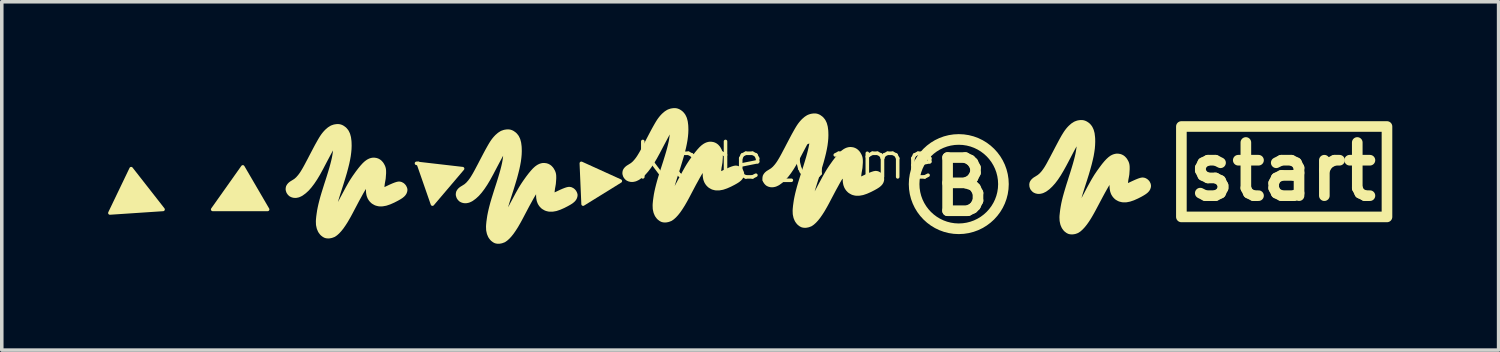
<source format=kicad_pcb>
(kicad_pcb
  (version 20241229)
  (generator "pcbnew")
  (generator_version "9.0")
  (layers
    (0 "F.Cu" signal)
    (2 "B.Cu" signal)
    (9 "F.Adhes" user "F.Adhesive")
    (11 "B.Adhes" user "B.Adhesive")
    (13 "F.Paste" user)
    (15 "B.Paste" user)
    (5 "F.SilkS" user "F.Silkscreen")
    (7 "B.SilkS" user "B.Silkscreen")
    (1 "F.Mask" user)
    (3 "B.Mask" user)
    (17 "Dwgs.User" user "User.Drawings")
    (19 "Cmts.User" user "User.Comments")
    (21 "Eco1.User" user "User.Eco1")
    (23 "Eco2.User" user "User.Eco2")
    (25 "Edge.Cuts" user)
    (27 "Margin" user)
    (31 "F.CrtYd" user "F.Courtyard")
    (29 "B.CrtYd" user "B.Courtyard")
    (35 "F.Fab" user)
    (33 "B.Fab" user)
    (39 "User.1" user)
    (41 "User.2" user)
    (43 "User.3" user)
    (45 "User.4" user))
  (footprint "Kode_Game"
    (layer "F.Cu")
    (at 19.108 1.983)
    (property "Reference" "Kode_Game" (at 0 -0.5 0) (unlocked yes) (layer "F.SilkS") (effects (font (size 1 1) (thickness 0.1))))
    (attr smd)
    (fp_rect (start 11.17 -1.464) (end 16.97 1.086) (stroke (width 0.3) (type solid)) (fill no) (layer "F.SilkS"))
    (fp_circle (center 4.89 0.161) (end 5.82 1.011) (stroke (width 0.3) (type solid)) (fill no) (layer "F.SilkS"))
    (fp_poly (pts (xy -19.058 0.975) (xy -17.558 0.875) (xy -18.458 -0.275)) (stroke (width 0.1) (type solid)) (fill yes) (layer "F.SilkS"))
    (fp_poly (pts (xy -16.158 0.875) (xy -14.608 0.875) (xy -15.308 -0.325)) (stroke (width 0.1) (type solid)) (fill yes) (layer "F.SilkS"))
    (fp_poly (pts (xy -5.758 -0.425) (xy -5.708 0.725) (xy -4.658 0.075)) (stroke (width 0.1) (type solid)) (fill yes) (layer "F.SilkS"))
    (fp_poly (pts (xy -10.408 -0.425) (xy -9.108 -0.275) (xy -9.958 0.725) (xy -10.358 -0.425)) (stroke (width 0.1) (type solid)) (fill yes) (layer "F.SilkS"))
    (fp_poly (pts (xy -12.587 -1.378) (xy -12.557 -1.366) (xy -12.545 -1.359) (xy -12.495 -1.323) (xy -12.455 -1.274) (xy -12.425 -1.212) (xy -12.404 -1.134) (xy -12.392 -1.041) (xy -12.39 -1.002) (xy -12.388 -0.919) (xy -12.391 -0.834) (xy -12.399 -0.746) (xy -12.411 -0.652) (xy -12.429 -0.552) (xy -12.452 -0.443) (xy -12.482 -0.323) (xy -12.517 -0.192) (xy -12.56 -0.048) (xy -12.609 0.112) (xy -12.651 0.243) (xy -12.694 0.377) (xy -12.731 0.495) (xy -12.762 0.6) (xy -12.788 0.694) (xy -12.81 0.78) (xy -12.829 0.86) (xy -12.844 0.937) (xy -12.857 1.012) (xy -12.861 1.038) (xy -12.868 1.097) (xy -12.873 1.156) (xy -12.875 1.211) (xy -12.874 1.257) (xy -12.869 1.289) (xy -12.867 1.297) (xy -12.861 1.307) (xy -12.853 1.306) (xy -12.838 1.292) (xy -12.829 1.282) (xy -12.799 1.248) (xy -12.767 1.205) (xy -12.73 1.152) (xy -12.689 1.087) (xy -12.644 1.01) (xy -12.592 0.92) (xy -12.534 0.814) (xy -12.469 0.693) (xy -12.422 0.604) (xy -12.364 0.496) (xy -12.314 0.403) (xy -12.271 0.323) (xy -12.232 0.254) (xy -12.198 0.194) (xy -12.166 0.141) (xy -12.135 0.092) (xy -12.104 0.045) (xy -12.073 -0.001) (xy -12.067 -0.009) (xy -11.994 -0.112) (xy -11.928 -0.198) (xy -11.869 -0.269) (xy -11.817 -0.326) (xy -11.769 -0.37) (xy -11.724 -0.402) (xy -11.682 -0.423) (xy -11.642 -0.434) (xy -11.612 -0.436) (xy -11.557 -0.428) (xy -11.509 -0.402) (xy -11.469 -0.359) (xy -11.438 -0.304) (xy -11.428 -0.279) (xy -11.421 -0.254) (xy -11.417 -0.224) (xy -11.416 -0.184) (xy -11.416 -0.148) (xy -11.426 -0.013) (xy -11.439 0.062) (xy -11.45 0.123) (xy -11.458 0.186) (xy -11.464 0.248) (xy -11.467 0.305) (xy -11.466 0.353) (xy -11.462 0.389) (xy -11.457 0.404) (xy -11.446 0.419) (xy -11.43 0.426) (xy -11.403 0.428) (xy -11.395 0.428) (xy -11.374 0.427) (xy -11.35 0.422) (xy -11.321 0.412) (xy -11.284 0.397) (xy -11.235 0.374) (xy -11.19 0.353) (xy -11.102 0.311) (xy -11.029 0.279) (xy -10.972 0.257) (xy -10.928 0.243) (xy -10.898 0.238) (xy -10.895 0.238) (xy -10.869 0.246) (xy -10.843 0.267) (xy -10.823 0.294) (xy -10.815 0.321) (xy -10.814 0.321) (xy -10.819 0.348) (xy -10.832 0.374) (xy -10.856 0.401) (xy -10.892 0.431) (xy -10.942 0.463) (xy -11.008 0.5) (xy -11.09 0.542) (xy -11.095 0.545) (xy -11.201 0.592) (xy -11.295 0.624) (xy -11.379 0.639) (xy -11.454 0.639) (xy -11.519 0.623) (xy -11.575 0.591) (xy -11.587 0.582) (xy -11.623 0.545) (xy -11.651 0.501) (xy -11.671 0.448) (xy -11.682 0.386) (xy -11.685 0.313) (xy -11.681 0.227) (xy -11.669 0.125) (xy -11.649 0.009) (xy -11.637 -0.064) (xy -11.63 -0.121) (xy -11.628 -0.161) (xy -11.631 -0.186) (xy -11.64 -0.198) (xy -11.642 -0.199) (xy -11.652 -0.193) (xy -11.672 -0.174) (xy -11.699 -0.143) (xy -11.733 -0.104) (xy -11.77 -0.058) (xy -11.809 -0.007) (xy -11.847 0.045) (xy -11.867 0.072) (xy -11.906 0.13) (xy -11.948 0.194) (xy -11.993 0.268) (xy -12.042 0.352) (xy -12.095 0.449) (xy -12.156 0.559) (xy -12.223 0.686) (xy -12.226 0.692) (xy -12.278 0.79) (xy -12.321 0.872) (xy -12.358 0.942) (xy -12.39 1.001) (xy -12.418 1.051) (xy -12.443 1.094) (xy -12.466 1.134) (xy -12.489 1.172) (xy -12.513 1.209) (xy -12.539 1.249) (xy -12.542 1.253) (xy -12.592 1.325) (xy -12.644 1.39) (xy -12.695 1.445) (xy -12.743 1.488) (xy -12.785 1.517) (xy -12.787 1.517) (xy -12.835 1.535) (xy -12.885 1.544) (xy -12.93 1.542) (xy -12.959 1.532) (xy -13.009 1.494) (xy -13.049 1.441) (xy -13.077 1.375) (xy -13.094 1.297) (xy -13.097 1.209) (xy -13.095 1.171) (xy -13.087 1.088) (xy -13.076 1.008) (xy -13.064 0.928) (xy -13.048 0.846) (xy -13.029 0.76) (xy -13.006 0.668) (xy -12.979 0.567) (xy -12.946 0.455) (xy -12.907 0.33) (xy -12.863 0.19) (xy -12.85 0.15) (xy -12.801 -0.002) (xy -12.759 -0.138) (xy -12.723 -0.259) (xy -12.693 -0.368) (xy -12.668 -0.466) (xy -12.648 -0.554) (xy -12.633 -0.635) (xy -12.622 -0.711) (xy -12.614 -0.783) (xy -12.609 -0.854) (xy -12.608 -0.925) (xy -12.608 -0.926) (xy -12.608 -0.987) (xy -12.608 -1.031) (xy -12.61 -1.063) (xy -12.613 -1.084) (xy -12.617 -1.099) (xy -12.624 -1.111) (xy -12.628 -1.117) (xy -12.651 -1.14) (xy -12.674 -1.147) (xy -12.701 -1.136) (xy -12.733 -1.109) (xy -12.758 -1.08) (xy -12.787 -1.041) (xy -12.819 -0.992) (xy -12.857 -0.93) (xy -12.9 -0.854) (xy -12.949 -0.763) (xy -12.988 -0.69) (xy -13.025 -0.62) (xy -13.066 -0.543) (xy -13.107 -0.465) (xy -13.145 -0.393) (xy -13.177 -0.331) (xy -13.179 -0.328) (xy -13.26 -0.18) (xy -13.338 -0.05) (xy -13.413 0.062) (xy -13.486 0.158) (xy -13.557 0.239) (xy -13.628 0.304) (xy -13.699 0.356) (xy -13.711 0.364) (xy -13.766 0.39) (xy -13.818 0.401) (xy -13.865 0.398) (xy -13.905 0.381) (xy -13.934 0.351) (xy -13.939 0.34) (xy -13.95 0.305) (xy -13.947 0.274) (xy -13.928 0.244) (xy -13.894 0.215) (xy -13.845 0.185) (xy -13.767 0.136) (xy -13.698 0.076) (xy -13.632 0.001) (xy -13.62 -0.015) (xy -13.595 -0.048) (xy -13.571 -0.082) (xy -13.547 -0.119) (xy -13.522 -0.16) (xy -13.494 -0.207) (xy -13.463 -0.262) (xy -13.427 -0.328) (xy -13.386 -0.406) (xy -13.337 -0.498) (xy -13.3 -0.57) (xy -13.238 -0.688) (xy -13.184 -0.791) (xy -13.137 -0.879) (xy -13.095 -0.954) (xy -13.059 -1.018) (xy -13.027 -1.072) (xy -12.998 -1.118) (xy -12.971 -1.157) (xy -12.945 -1.191) (xy -12.92 -1.221) (xy -12.894 -1.249) (xy -12.877 -1.267) (xy -12.818 -1.318) (xy -12.762 -1.354) (xy -12.705 -1.374) (xy -12.654 -1.382) (xy -12.616 -1.383)) (stroke (width 0.3) (type solid)) (fill yes) (layer "F.SilkS"))
    (fp_poly (pts (xy -7.787 -1.228) (xy -7.757 -1.216) (xy -7.745 -1.209) (xy -7.695 -1.173) (xy -7.655 -1.124) (xy -7.625 -1.062) (xy -7.604 -0.984) (xy -7.592 -0.891) (xy -7.59 -0.852) (xy -7.588 -0.769) (xy -7.591 -0.684) (xy -7.599 -0.596) (xy -7.611 -0.502) (xy -7.629 -0.402) (xy -7.652 -0.293) (xy -7.682 -0.173) (xy -7.717 -0.042) (xy -7.76 0.102) (xy -7.809 0.262) (xy -7.851 0.393) (xy -7.894 0.527) (xy -7.931 0.645) (xy -7.962 0.75) (xy -7.988 0.844) (xy -8.01 0.93) (xy -8.029 1.01) (xy -8.044 1.087) (xy -8.057 1.162) (xy -8.061 1.188) (xy -8.068 1.247) (xy -8.073 1.306) (xy -8.075 1.361) (xy -8.074 1.407) (xy -8.069 1.439) (xy -8.067 1.447) (xy -8.061 1.457) (xy -8.053 1.456) (xy -8.038 1.442) (xy -8.029 1.432) (xy -7.999 1.398) (xy -7.967 1.355) (xy -7.93 1.302) (xy -7.889 1.237) (xy -7.844 1.16) (xy -7.792 1.07) (xy -7.734 0.964) (xy -7.669 0.843) (xy -7.622 0.754) (xy -7.564 0.646) (xy -7.514 0.553) (xy -7.471 0.473) (xy -7.432 0.404) (xy -7.398 0.344) (xy -7.366 0.291) (xy -7.335 0.242) (xy -7.304 0.195) (xy -7.273 0.149) (xy -7.267 0.141) (xy -7.194 0.038) (xy -7.128 -0.048) (xy -7.069 -0.119) (xy -7.017 -0.176) (xy -6.969 -0.22) (xy -6.924 -0.252) (xy -6.882 -0.273) (xy -6.842 -0.284) (xy -6.812 -0.286) (xy -6.757 -0.278) (xy -6.709 -0.252) (xy -6.669 -0.209) (xy -6.638 -0.154) (xy -6.628 -0.129) (xy -6.621 -0.104) (xy -6.617 -0.074) (xy -6.616 -0.034) (xy -6.616 0.002) (xy -6.626 0.137) (xy -6.639 0.212) (xy -6.65 0.273) (xy -6.658 0.336) (xy -6.664 0.398) (xy -6.667 0.455) (xy -6.666 0.503) (xy -6.662 0.539) (xy -6.657 0.554) (xy -6.646 0.569) (xy -6.63 0.576) (xy -6.603 0.578) (xy -6.595 0.578) (xy -6.574 0.577) (xy -6.55 0.572) (xy -6.521 0.562) (xy -6.484 0.547) (xy -6.435 0.524) (xy -6.39 0.503) (xy -6.302 0.461) (xy -6.229 0.429) (xy -6.172 0.407) (xy -6.128 0.393) (xy -6.098 0.388) (xy -6.095 0.388) (xy -6.069 0.396) (xy -6.043 0.417) (xy -6.023 0.444) (xy -6.015 0.471) (xy -6.014 0.471) (xy -6.019 0.498) (xy -6.032 0.524) (xy -6.056 0.551) (xy -6.092 0.581) (xy -6.142 0.613) (xy -6.208 0.65) (xy -6.29 0.692) (xy -6.295 0.695) (xy -6.401 0.742) (xy -6.495 0.774) (xy -6.579 0.789) (xy -6.654 0.789) (xy -6.719 0.773) (xy -6.775 0.741) (xy -6.787 0.732) (xy -6.823 0.695) (xy -6.851 0.651) (xy -6.871 0.598) (xy -6.882 0.536) (xy -6.885 0.463) (xy -6.881 0.377) (xy -6.869 0.275) (xy -6.849 0.159) (xy -6.837 0.086) (xy -6.83 0.029) (xy -6.828 -0.011) (xy -6.831 -0.036) (xy -6.84 -0.048) (xy -6.842 -0.049) (xy -6.852 -0.043) (xy -6.872 -0.024) (xy -6.899 0.007) (xy -6.933 0.046) (xy -6.97 0.092) (xy -7.009 0.143) (xy -7.047 0.195) (xy -7.067 0.222) (xy -7.106 0.28) (xy -7.148 0.344) (xy -7.193 0.418) (xy -7.242 0.502) (xy -7.295 0.599) (xy -7.356 0.709) (xy -7.423 0.836) (xy -7.426 0.842) (xy -7.478 0.94) (xy -7.521 1.022) (xy -7.558 1.092) (xy -7.59 1.151) (xy -7.618 1.201) (xy -7.643 1.244) (xy -7.666 1.284) (xy -7.689 1.322) (xy -7.713 1.359) (xy -7.739 1.399) (xy -7.742 1.403) (xy -7.792 1.475) (xy -7.844 1.54) (xy -7.895 1.595) (xy -7.943 1.638) (xy -7.985 1.667) (xy -7.987 1.667) (xy -8.035 1.685) (xy -8.085 1.694) (xy -8.13 1.692) (xy -8.159 1.682) (xy -8.209 1.644) (xy -8.249 1.591) (xy -8.277 1.525) (xy -8.294 1.447) (xy -8.297 1.359) (xy -8.295 1.321) (xy -8.287 1.238) (xy -8.276 1.158) (xy -8.264 1.078) (xy -8.248 0.996) (xy -8.229 0.91) (xy -8.206 0.818) (xy -8.179 0.717) (xy -8.146 0.605) (xy -8.107 0.48) (xy -8.063 0.34) (xy -8.05 0.3) (xy -8.001 0.148) (xy -7.959 0.012) (xy -7.923 -0.109) (xy -7.893 -0.218) (xy -7.868 -0.316) (xy -7.848 -0.404) (xy -7.833 -0.485) (xy -7.822 -0.561) (xy -7.814 -0.633) (xy -7.809 -0.704) (xy -7.808 -0.775) (xy -7.808 -0.776) (xy -7.808 -0.837) (xy -7.808 -0.881) (xy -7.81 -0.913) (xy -7.813 -0.934) (xy -7.817 -0.949) (xy -7.824 -0.961) (xy -7.828 -0.967) (xy -7.851 -0.99) (xy -7.874 -0.997) (xy -7.901 -0.986) (xy -7.933 -0.959) (xy -7.958 -0.93) (xy -7.987 -0.891) (xy -8.019 -0.842) (xy -8.057 -0.78) (xy -8.1 -0.704) (xy -8.149 -0.613) (xy -8.188 -0.54) (xy -8.225 -0.47) (xy -8.266 -0.393) (xy -8.307 -0.315) (xy -8.345 -0.243) (xy -8.377 -0.181) (xy -8.379 -0.178) (xy -8.46 -0.03) (xy -8.538 0.1) (xy -8.613 0.212) (xy -8.686 0.308) (xy -8.757 0.389) (xy -8.828 0.454) (xy -8.899 0.506) (xy -8.911 0.514) (xy -8.966 0.54) (xy -9.018 0.551) (xy -9.065 0.548) (xy -9.105 0.531) (xy -9.134 0.501) (xy -9.139 0.49) (xy -9.15 0.455) (xy -9.147 0.424) (xy -9.128 0.394) (xy -9.094 0.365) (xy -9.045 0.335) (xy -8.967 0.286) (xy -8.898 0.226) (xy -8.832 0.151) (xy -8.82 0.135) (xy -8.795 0.102) (xy -8.771 0.068) (xy -8.747 0.031) (xy -8.722 -0.01) (xy -8.694 -0.057) (xy -8.663 -0.112) (xy -8.627 -0.178) (xy -8.586 -0.256) (xy -8.537 -0.348) (xy -8.5 -0.42) (xy -8.438 -0.538) (xy -8.384 -0.641) (xy -8.337 -0.729) (xy -8.295 -0.804) (xy -8.259 -0.868) (xy -8.227 -0.922) (xy -8.198 -0.968) (xy -8.171 -1.007) (xy -8.145 -1.041) (xy -8.12 -1.071) (xy -8.094 -1.099) (xy -8.077 -1.117) (xy -8.018 -1.168) (xy -7.962 -1.204) (xy -7.905 -1.224) (xy -7.854 -1.232) (xy -7.816 -1.233)) (stroke (width 0.3) (type solid)) (fill yes) (layer "F.SilkS"))
    (fp_poly (pts (xy -3.087 -1.828) (xy -3.057 -1.816) (xy -3.045 -1.809) (xy -2.995 -1.773) (xy -2.955 -1.724) (xy -2.925 -1.662) (xy -2.904 -1.584) (xy -2.892 -1.491) (xy -2.89 -1.452) (xy -2.888 -1.369) (xy -2.891 -1.284) (xy -2.899 -1.196) (xy -2.911 -1.102) (xy -2.929 -1.002) (xy -2.952 -0.893) (xy -2.982 -0.773) (xy -3.017 -0.642) (xy -3.06 -0.498) (xy -3.109 -0.338) (xy -3.151 -0.207) (xy -3.194 -0.073) (xy -3.231 0.045) (xy -3.262 0.15) (xy -3.288 0.244) (xy -3.31 0.33) (xy -3.329 0.41) (xy -3.344 0.487) (xy -3.357 0.562) (xy -3.361 0.588) (xy -3.368 0.647) (xy -3.373 0.706) (xy -3.375 0.761) (xy -3.374 0.807) (xy -3.369 0.839) (xy -3.367 0.847) (xy -3.361 0.857) (xy -3.353 0.856) (xy -3.338 0.842) (xy -3.329 0.832) (xy -3.299 0.798) (xy -3.267 0.755) (xy -3.23 0.702) (xy -3.189 0.637) (xy -3.144 0.56) (xy -3.092 0.47) (xy -3.034 0.364) (xy -2.969 0.243) (xy -2.922 0.154) (xy -2.864 0.046) (xy -2.814 -0.047) (xy -2.771 -0.127) (xy -2.732 -0.196) (xy -2.698 -0.256) (xy -2.666 -0.309) (xy -2.635 -0.358) (xy -2.604 -0.405) (xy -2.573 -0.451) (xy -2.567 -0.459) (xy -2.494 -0.562) (xy -2.428 -0.648) (xy -2.369 -0.719) (xy -2.317 -0.776) (xy -2.269 -0.82) (xy -2.224 -0.852) (xy -2.182 -0.873) (xy -2.142 -0.884) (xy -2.112 -0.886) (xy -2.057 -0.878) (xy -2.009 -0.852) (xy -1.969 -0.809) (xy -1.938 -0.754) (xy -1.928 -0.729) (xy -1.921 -0.704) (xy -1.917 -0.674) (xy -1.916 -0.634) (xy -1.916 -0.598) (xy -1.926 -0.463) (xy -1.939 -0.388) (xy -1.95 -0.327) (xy -1.958 -0.264) (xy -1.964 -0.202) (xy -1.967 -0.145) (xy -1.966 -0.097) (xy -1.962 -0.061) (xy -1.957 -0.046) (xy -1.946 -0.031) (xy -1.93 -0.024) (xy -1.903 -0.022) (xy -1.895 -0.022) (xy -1.874 -0.023) (xy -1.85 -0.028) (xy -1.821 -0.038) (xy -1.784 -0.053) (xy -1.735 -0.076) (xy -1.69 -0.097) (xy -1.602 -0.139) (xy -1.529 -0.171) (xy -1.472 -0.193) (xy -1.428 -0.207) (xy -1.398 -0.212) (xy -1.395 -0.212) (xy -1.369 -0.204) (xy -1.343 -0.183) (xy -1.323 -0.156) (xy -1.315 -0.129) (xy -1.314 -0.129) (xy -1.319 -0.102) (xy -1.332 -0.076) (xy -1.356 -0.049) (xy -1.392 -0.019) (xy -1.442 0.013) (xy -1.508 0.05) (xy -1.59 0.092) (xy -1.595 0.095) (xy -1.701 0.142) (xy -1.795 0.174) (xy -1.879 0.189) (xy -1.954 0.189) (xy -2.019 0.173) (xy -2.075 0.141) (xy -2.087 0.132) (xy -2.123 0.095) (xy -2.151 0.051) (xy -2.171 -0.002) (xy -2.182 -0.064) (xy -2.185 -0.137) (xy -2.181 -0.223) (xy -2.169 -0.325) (xy -2.149 -0.441) (xy -2.137 -0.514) (xy -2.13 -0.571) (xy -2.128 -0.611) (xy -2.131 -0.636) (xy -2.14 -0.648) (xy -2.142 -0.649) (xy -2.152 -0.643) (xy -2.172 -0.624) (xy -2.199 -0.593) (xy -2.233 -0.554) (xy -2.27 -0.508) (xy -2.309 -0.457) (xy -2.347 -0.405) (xy -2.367 -0.378) (xy -2.406 -0.32) (xy -2.448 -0.256) (xy -2.493 -0.182) (xy -2.542 -0.098) (xy -2.595 -0.001) (xy -2.656 0.109) (xy -2.723 0.236) (xy -2.726 0.242) (xy -2.778 0.34) (xy -2.821 0.422) (xy -2.858 0.492) (xy -2.89 0.551) (xy -2.918 0.601) (xy -2.943 0.644) (xy -2.966 0.684) (xy -2.99 0.722) (xy -3.013 0.759) (xy -3.039 0.799) (xy -3.042 0.803) (xy -3.092 0.875) (xy -3.144 0.94) (xy -3.195 0.995) (xy -3.243 1.038) (xy -3.285 1.067) (xy -3.287 1.067) (xy -3.335 1.085) (xy -3.385 1.094) (xy -3.43 1.092) (xy -3.459 1.082) (xy -3.509 1.044) (xy -3.549 0.991) (xy -3.577 0.925) (xy -3.594 0.847) (xy -3.597 0.759) (xy -3.595 0.721) (xy -3.587 0.638) (xy -3.576 0.558) (xy -3.564 0.478) (xy -3.548 0.396) (xy -3.529 0.31) (xy -3.506 0.218) (xy -3.479 0.117) (xy -3.446 0.005) (xy -3.407 -0.12) (xy -3.363 -0.26) (xy -3.35 -0.3) (xy -3.301 -0.452) (xy -3.259 -0.588) (xy -3.223 -0.709) (xy -3.193 -0.818) (xy -3.168 -0.916) (xy -3.148 -1.004) (xy -3.133 -1.085) (xy -3.122 -1.161) (xy -3.114 -1.233) (xy -3.109 -1.304) (xy -3.108 -1.375) (xy -3.108 -1.376) (xy -3.108 -1.437) (xy -3.108 -1.481) (xy -3.11 -1.513) (xy -3.113 -1.534) (xy -3.117 -1.549) (xy -3.124 -1.561) (xy -3.128 -1.567) (xy -3.151 -1.59) (xy -3.174 -1.597) (xy -3.201 -1.586) (xy -3.233 -1.559) (xy -3.258 -1.53) (xy -3.287 -1.491) (xy -3.319 -1.442) (xy -3.357 -1.38) (xy -3.4 -1.304) (xy -3.449 -1.213) (xy -3.488 -1.14) (xy -3.525 -1.07) (xy -3.566 -0.993) (xy -3.607 -0.915) (xy -3.645 -0.843) (xy -3.677 -0.781) (xy -3.679 -0.778) (xy -3.76 -0.63) (xy -3.838 -0.5) (xy -3.913 -0.388) (xy -3.986 -0.292) (xy -4.057 -0.211) (xy -4.128 -0.146) (xy -4.199 -0.094) (xy -4.211 -0.086) (xy -4.266 -0.06) (xy -4.318 -0.049) (xy -4.365 -0.052) (xy -4.405 -0.069) (xy -4.434 -0.099) (xy -4.439 -0.11) (xy -4.45 -0.145) (xy -4.447 -0.176) (xy -4.428 -0.206) (xy -4.394 -0.235) (xy -4.345 -0.265) (xy -4.267 -0.314) (xy -4.198 -0.374) (xy -4.132 -0.449) (xy -4.12 -0.465) (xy -4.095 -0.498) (xy -4.071 -0.532) (xy -4.047 -0.569) (xy -4.022 -0.61) (xy -3.994 -0.657) (xy -3.963 -0.712) (xy -3.927 -0.778) (xy -3.886 -0.856) (xy -3.837 -0.948) (xy -3.8 -1.02) (xy -3.738 -1.138) (xy -3.684 -1.241) (xy -3.637 -1.329) (xy -3.595 -1.404) (xy -3.559 -1.468) (xy -3.527 -1.522) (xy -3.498 -1.568) (xy -3.471 -1.607) (xy -3.445 -1.641) (xy -3.42 -1.671) (xy -3.394 -1.699) (xy -3.377 -1.717) (xy -3.318 -1.768) (xy -3.262 -1.804) (xy -3.205 -1.824) (xy -3.154 -1.832) (xy -3.116 -1.833)) (stroke (width 0.3) (type solid)) (fill yes) (layer "F.SilkS"))
    (fp_poly (pts (xy 0.863 -1.678) (xy 0.893 -1.666) (xy 0.905 -1.659) (xy 0.955 -1.623) (xy 0.995 -1.574) (xy 1.025 -1.512) (xy 1.046 -1.434) (xy 1.058 -1.341) (xy 1.06 -1.302) (xy 1.062 -1.219) (xy 1.059 -1.134) (xy 1.051 -1.046) (xy 1.039 -0.952) (xy 1.021 -0.852) (xy 0.998 -0.743) (xy 0.968 -0.623) (xy 0.933 -0.492) (xy 0.89 -0.348) (xy 0.841 -0.188) (xy 0.799 -0.057) (xy 0.756 0.077) (xy 0.719 0.195) (xy 0.688 0.3) (xy 0.662 0.394) (xy 0.64 0.48) (xy 0.621 0.56) (xy 0.606 0.637) (xy 0.593 0.712) (xy 0.589 0.738) (xy 0.582 0.797) (xy 0.577 0.856) (xy 0.575 0.911) (xy 0.576 0.957) (xy 0.581 0.989) (xy 0.583 0.997) (xy 0.589 1.007) (xy 0.597 1.006) (xy 0.612 0.992) (xy 0.621 0.982) (xy 0.651 0.948) (xy 0.683 0.905) (xy 0.72 0.852) (xy 0.761 0.787) (xy 0.806 0.71) (xy 0.858 0.62) (xy 0.916 0.514) (xy 0.981 0.393) (xy 1.028 0.304) (xy 1.086 0.196) (xy 1.136 0.103) (xy 1.179 0.023) (xy 1.218 -0.046) (xy 1.252 -0.106) (xy 1.284 -0.159) (xy 1.315 -0.208) (xy 1.346 -0.255) (xy 1.377 -0.301) (xy 1.383 -0.309) (xy 1.456 -0.412) (xy 1.522 -0.498) (xy 1.581 -0.569) (xy 1.633 -0.626) (xy 1.681 -0.67) (xy 1.726 -0.702) (xy 1.768 -0.723) (xy 1.808 -0.734) (xy 1.838 -0.736) (xy 1.893 -0.728) (xy 1.941 -0.702) (xy 1.981 -0.659) (xy 2.012 -0.604) (xy 2.022 -0.579) (xy 2.029 -0.554) (xy 2.033 -0.524) (xy 2.034 -0.484) (xy 2.034 -0.448) (xy 2.024 -0.313) (xy 2.011 -0.238) (xy 2 -0.177) (xy 1.992 -0.114) (xy 1.986 -0.052) (xy 1.983 0.005) (xy 1.984 0.053) (xy 1.988 0.089) (xy 1.993 0.104) (xy 2.004 0.119) (xy 2.02 0.126) (xy 2.047 0.128) (xy 2.055 0.128) (xy 2.076 0.127) (xy 2.1 0.122) (xy 2.129 0.112) (xy 2.166 0.097) (xy 2.215 0.074) (xy 2.26 0.053) (xy 2.348 0.011) (xy 2.421 -0.021) (xy 2.478 -0.043) (xy 2.522 -0.057) (xy 2.552 -0.062) (xy 2.555 -0.062) (xy 2.581 -0.054) (xy 2.607 -0.033) (xy 2.627 -0.006) (xy 2.635 0.021) (xy 2.636 0.021) (xy 2.631 0.048) (xy 2.618 0.074) (xy 2.594 0.101) (xy 2.558 0.131) (xy 2.508 0.163) (xy 2.442 0.2) (xy 2.36 0.242) (xy 2.355 0.245) (xy 2.249 0.292) (xy 2.155 0.324) (xy 2.071 0.339) (xy 1.996 0.339) (xy 1.931 0.323) (xy 1.875 0.291) (xy 1.863 0.282) (xy 1.827 0.245) (xy 1.799 0.201) (xy 1.779 0.148) (xy 1.768 0.086) (xy 1.765 0.013) (xy 1.769 -0.073) (xy 1.781 -0.175) (xy 1.801 -0.291) (xy 1.813 -0.364) (xy 1.82 -0.421) (xy 1.822 -0.461) (xy 1.819 -0.486) (xy 1.81 -0.498) (xy 1.808 -0.499) (xy 1.798 -0.493) (xy 1.778 -0.474) (xy 1.751 -0.443) (xy 1.717 -0.404) (xy 1.68 -0.358) (xy 1.641 -0.307) (xy 1.603 -0.255) (xy 1.583 -0.228) (xy 1.544 -0.17) (xy 1.502 -0.106) (xy 1.457 -0.032) (xy 1.408 0.052) (xy 1.355 0.149) (xy 1.294 0.259) (xy 1.227 0.386) (xy 1.224 0.392) (xy 1.172 0.49) (xy 1.129 0.572) (xy 1.092 0.642) (xy 1.06 0.701) (xy 1.032 0.751) (xy 1.007 0.794) (xy 0.984 0.834) (xy 0.961 0.872) (xy 0.937 0.909) (xy 0.911 0.949) (xy 0.908 0.953) (xy 0.858 1.025) (xy 0.806 1.09) (xy 0.755 1.145) (xy 0.707 1.188) (xy 0.665 1.217) (xy 0.663 1.217) (xy 0.615 1.235) (xy 0.565 1.244) (xy 0.52 1.242) (xy 0.491 1.232) (xy 0.441 1.194) (xy 0.401 1.141) (xy 0.373 1.075) (xy 0.356 0.997) (xy 0.353 0.909) (xy 0.355 0.871) (xy 0.363 0.788) (xy 0.374 0.708) (xy 0.386 0.628) (xy 0.402 0.546) (xy 0.421 0.46) (xy 0.444 0.368) (xy 0.471 0.267) (xy 0.504 0.155) (xy 0.543 0.03) (xy 0.587 -0.11) (xy 0.6 -0.15) (xy 0.649 -0.302) (xy 0.691 -0.438) (xy 0.727 -0.559) (xy 0.757 -0.668) (xy 0.782 -0.766) (xy 0.802 -0.854) (xy 0.817 -0.935) (xy 0.828 -1.011) (xy 0.836 -1.083) (xy 0.841 -1.154) (xy 0.842 -1.225) (xy 0.842 -1.226) (xy 0.842 -1.287) (xy 0.842 -1.331) (xy 0.84 -1.363) (xy 0.837 -1.384) (xy 0.833 -1.399) (xy 0.826 -1.411) (xy 0.822 -1.417) (xy 0.799 -1.44) (xy 0.776 -1.447) (xy 0.749 -1.436) (xy 0.717 -1.409) (xy 0.692 -1.38) (xy 0.663 -1.341) (xy 0.631 -1.292) (xy 0.593 -1.23) (xy 0.55 -1.154) (xy 0.501 -1.063) (xy 0.462 -0.99) (xy 0.425 -0.92) (xy 0.384 -0.843) (xy 0.343 -0.765) (xy 0.305 -0.693) (xy 0.273 -0.631) (xy 0.271 -0.628) (xy 0.19 -0.48) (xy 0.112 -0.35) (xy 0.037 -0.238) (xy -0.036 -0.142) (xy -0.107 -0.061) (xy -0.178 0.004) (xy -0.249 0.056) (xy -0.261 0.064) (xy -0.316 0.09) (xy -0.368 0.101) (xy -0.415 0.098) (xy -0.455 0.081) (xy -0.484 0.051) (xy -0.489 0.04) (xy -0.5 0.005) (xy -0.497 -0.026) (xy -0.478 -0.056) (xy -0.444 -0.085) (xy -0.395 -0.115) (xy -0.317 -0.164) (xy -0.248 -0.224) (xy -0.182 -0.299) (xy -0.17 -0.315) (xy -0.145 -0.348) (xy -0.121 -0.382) (xy -0.097 -0.419) (xy -0.072 -0.46) (xy -0.044 -0.507) (xy -0.013 -0.562) (xy 0.023 -0.628) (xy 0.064 -0.706) (xy 0.113 -0.798) (xy 0.15 -0.87) (xy 0.212 -0.988) (xy 0.266 -1.091) (xy 0.313 -1.179) (xy 0.355 -1.254) (xy 0.391 -1.318) (xy 0.423 -1.372) (xy 0.452 -1.418) (xy 0.479 -1.457) (xy 0.505 -1.491) (xy 0.53 -1.521) (xy 0.556 -1.549) (xy 0.573 -1.567) (xy 0.632 -1.618) (xy 0.688 -1.654) (xy 0.745 -1.674) (xy 0.796 -1.682) (xy 0.834 -1.683)) (stroke (width 0.3) (type solid)) (fill yes) (layer "F.SilkS"))
    (fp_poly (pts (xy 8.39 -1.492) (xy 8.42 -1.479) (xy 8.432 -1.473) (xy 8.483 -1.437) (xy 8.523 -1.388) (xy 8.553 -1.325) (xy 8.574 -1.248) (xy 8.585 -1.154) (xy 8.588 -1.115) (xy 8.589 -1.033) (xy 8.586 -0.948) (xy 8.579 -0.859) (xy 8.566 -0.766) (xy 8.549 -0.665) (xy 8.525 -0.556) (xy 8.496 -0.437) (xy 8.46 -0.306) (xy 8.418 -0.161) (xy 8.368 -0.002) (xy 8.326 0.129) (xy 8.283 0.263) (xy 8.246 0.382) (xy 8.215 0.487) (xy 8.189 0.581) (xy 8.167 0.667) (xy 8.149 0.747) (xy 8.133 0.823) (xy 8.12 0.899) (xy 8.116 0.925) (xy 8.109 0.984) (xy 8.104 1.043) (xy 8.103 1.097) (xy 8.104 1.143) (xy 8.108 1.176) (xy 8.11 1.183) (xy 8.116 1.193) (xy 8.124 1.192) (xy 8.139 1.179) (xy 8.149 1.169) (xy 8.178 1.135) (xy 8.211 1.092) (xy 8.247 1.038) (xy 8.288 0.974) (xy 8.334 0.897) (xy 8.385 0.806) (xy 8.444 0.701) (xy 8.509 0.579) (xy 8.556 0.491) (xy 8.613 0.382) (xy 8.663 0.289) (xy 8.707 0.209) (xy 8.745 0.14) (xy 8.78 0.08) (xy 8.812 0.027) (xy 8.842 -0.022) (xy 8.873 -0.068) (xy 8.905 -0.115) (xy 8.91 -0.123) (xy 8.984 -0.225) (xy 9.049 -0.312) (xy 9.108 -0.383) (xy 9.161 -0.44) (xy 9.209 -0.484) (xy 9.253 -0.516) (xy 9.295 -0.536) (xy 9.336 -0.547) (xy 9.365 -0.55) (xy 9.421 -0.541) (xy 9.468 -0.516) (xy 9.508 -0.473) (xy 9.54 -0.418) (xy 9.55 -0.393) (xy 9.556 -0.368) (xy 9.56 -0.338) (xy 9.561 -0.298) (xy 9.561 -0.262) (xy 9.552 -0.127) (xy 9.539 -0.051) (xy 9.527 0.009) (xy 9.519 0.072) (xy 9.513 0.134) (xy 9.511 0.191) (xy 9.512 0.24) (xy 9.516 0.275) (xy 9.521 0.29) (xy 9.531 0.305) (xy 9.547 0.313) (xy 9.574 0.315) (xy 9.583 0.315) (xy 9.604 0.313) (xy 9.627 0.308) (xy 9.656 0.298) (xy 9.694 0.283) (xy 9.743 0.26) (xy 9.787 0.239) (xy 9.876 0.198) (xy 9.948 0.166) (xy 10.006 0.143) (xy 10.049 0.129) (xy 10.08 0.124) (xy 10.082 0.124) (xy 10.108 0.133) (xy 10.134 0.153) (xy 10.155 0.18) (xy 10.163 0.207) (xy 10.163 0.208) (xy 10.159 0.235) (xy 10.145 0.261) (xy 10.121 0.288) (xy 10.085 0.317) (xy 10.035 0.349) (xy 9.97 0.386) (xy 9.888 0.428) (xy 9.882 0.431) (xy 9.777 0.478) (xy 9.682 0.51) (xy 9.598 0.526) (xy 9.524 0.525) (xy 9.458 0.509) (xy 9.402 0.478) (xy 9.391 0.469) (xy 9.354 0.431) (xy 9.326 0.387) (xy 9.307 0.335) (xy 9.296 0.273) (xy 9.292 0.2) (xy 9.297 0.113) (xy 9.309 0.012) (xy 9.328 -0.104) (xy 9.34 -0.178) (xy 9.348 -0.234) (xy 9.349 -0.275) (xy 9.346 -0.3) (xy 9.338 -0.312) (xy 9.336 -0.313) (xy 9.326 -0.307) (xy 9.306 -0.287) (xy 9.278 -0.257) (xy 9.245 -0.217) (xy 9.208 -0.171) (xy 9.169 -0.121) (xy 9.13 -0.069) (xy 9.111 -0.042) (xy 9.071 0.016) (xy 9.029 0.081) (xy 8.985 0.154) (xy 8.936 0.239) (xy 8.882 0.335) (xy 8.822 0.446) (xy 8.755 0.572) (xy 8.751 0.579) (xy 8.7 0.676) (xy 8.656 0.759) (xy 8.619 0.828) (xy 8.587 0.887) (xy 8.559 0.937) (xy 8.534 0.981) (xy 8.511 1.02) (xy 8.488 1.058) (xy 8.464 1.096) (xy 8.438 1.136) (xy 8.436 1.139) (xy 8.385 1.211) (xy 8.333 1.276) (xy 8.282 1.331) (xy 8.234 1.375) (xy 8.192 1.403) (xy 8.191 1.404) (xy 8.143 1.422) (xy 8.093 1.43) (xy 8.047 1.428) (xy 8.019 1.419) (xy 7.968 1.381) (xy 7.928 1.327) (xy 7.9 1.261) (xy 7.884 1.183) (xy 7.88 1.096) (xy 7.882 1.057) (xy 7.891 0.974) (xy 7.901 0.894) (xy 7.914 0.814) (xy 7.929 0.733) (xy 7.948 0.647) (xy 7.971 0.555) (xy 7.999 0.454) (xy 8.032 0.342) (xy 8.07 0.217) (xy 8.115 0.077) (xy 8.127 0.036) (xy 8.176 -0.116) (xy 8.218 -0.252) (xy 8.254 -0.373) (xy 8.284 -0.481) (xy 8.309 -0.579) (xy 8.329 -0.668) (xy 8.344 -0.749) (xy 8.356 -0.825) (xy 8.364 -0.897) (xy 8.368 -0.968) (xy 8.37 -1.038) (xy 8.37 -1.04) (xy 8.37 -1.1) (xy 8.369 -1.145) (xy 8.368 -1.176) (xy 8.365 -1.198) (xy 8.36 -1.213) (xy 8.354 -1.225) (xy 8.35 -1.23) (xy 8.327 -1.254) (xy 8.303 -1.26) (xy 8.277 -1.25) (xy 8.244 -1.222) (xy 8.219 -1.193) (xy 8.191 -1.155) (xy 8.158 -1.105) (xy 8.121 -1.044) (xy 8.078 -0.968) (xy 8.028 -0.877) (xy 7.989 -0.804) (xy 7.952 -0.733) (xy 7.912 -0.656) (xy 7.871 -0.579) (xy 7.833 -0.506) (xy 7.8 -0.445) (xy 7.799 -0.442) (xy 7.717 -0.294) (xy 7.64 -0.164) (xy 7.565 -0.051) (xy 7.492 0.045) (xy 7.42 0.125) (xy 7.35 0.191) (xy 7.279 0.243) (xy 7.266 0.25) (xy 7.212 0.276) (xy 7.159 0.288) (xy 7.112 0.285) (xy 7.073 0.268) (xy 7.044 0.237) (xy 7.038 0.227) (xy 7.028 0.191) (xy 7.031 0.16) (xy 7.049 0.131) (xy 7.084 0.101) (xy 7.132 0.072) (xy 7.21 0.022) (xy 7.28 -0.038) (xy 7.346 -0.112) (xy 7.358 -0.128) (xy 7.383 -0.162) (xy 7.407 -0.196) (xy 7.431 -0.232) (xy 7.456 -0.273) (xy 7.484 -0.32) (xy 7.515 -0.376) (xy 7.55 -0.442) (xy 7.592 -0.519) (xy 7.64 -0.611) (xy 7.678 -0.683) (xy 7.74 -0.802) (xy 7.794 -0.904) (xy 7.841 -0.993) (xy 7.882 -1.068) (xy 7.918 -1.132) (xy 7.951 -1.186) (xy 7.98 -1.232) (xy 8.007 -1.271) (xy 8.033 -1.305) (xy 8.058 -1.335) (xy 8.084 -1.363) (xy 8.101 -1.38) (xy 8.16 -1.432) (xy 8.215 -1.467) (xy 8.272 -1.488) (xy 8.323 -1.496) (xy 8.361 -1.496)) (stroke (width 0.3) (type solid)) (fill yes) (layer "F.SilkS"))
    (fp_text user "B" (at 4.02 1.111 0) (unlocked yes) (layer "F.SilkS") (effects (font (size 1.5 1.5) (thickness 0.3) (bold yes)) (justify left bottom)))
    (fp_text user "start" (at 11.22 0.686 0) (unlocked yes) (layer "F.SilkS") (effects (font (size 1.5 1.5) (thickness 0.3) (bold yes)) (justify left bottom))))
  (gr_rect
    (start -3 -3)
    (end 39.227 6.827)
    (stroke (width 0.1) (type default))
    (fill no)
    (layer "Edge.Cuts")))
</source>
